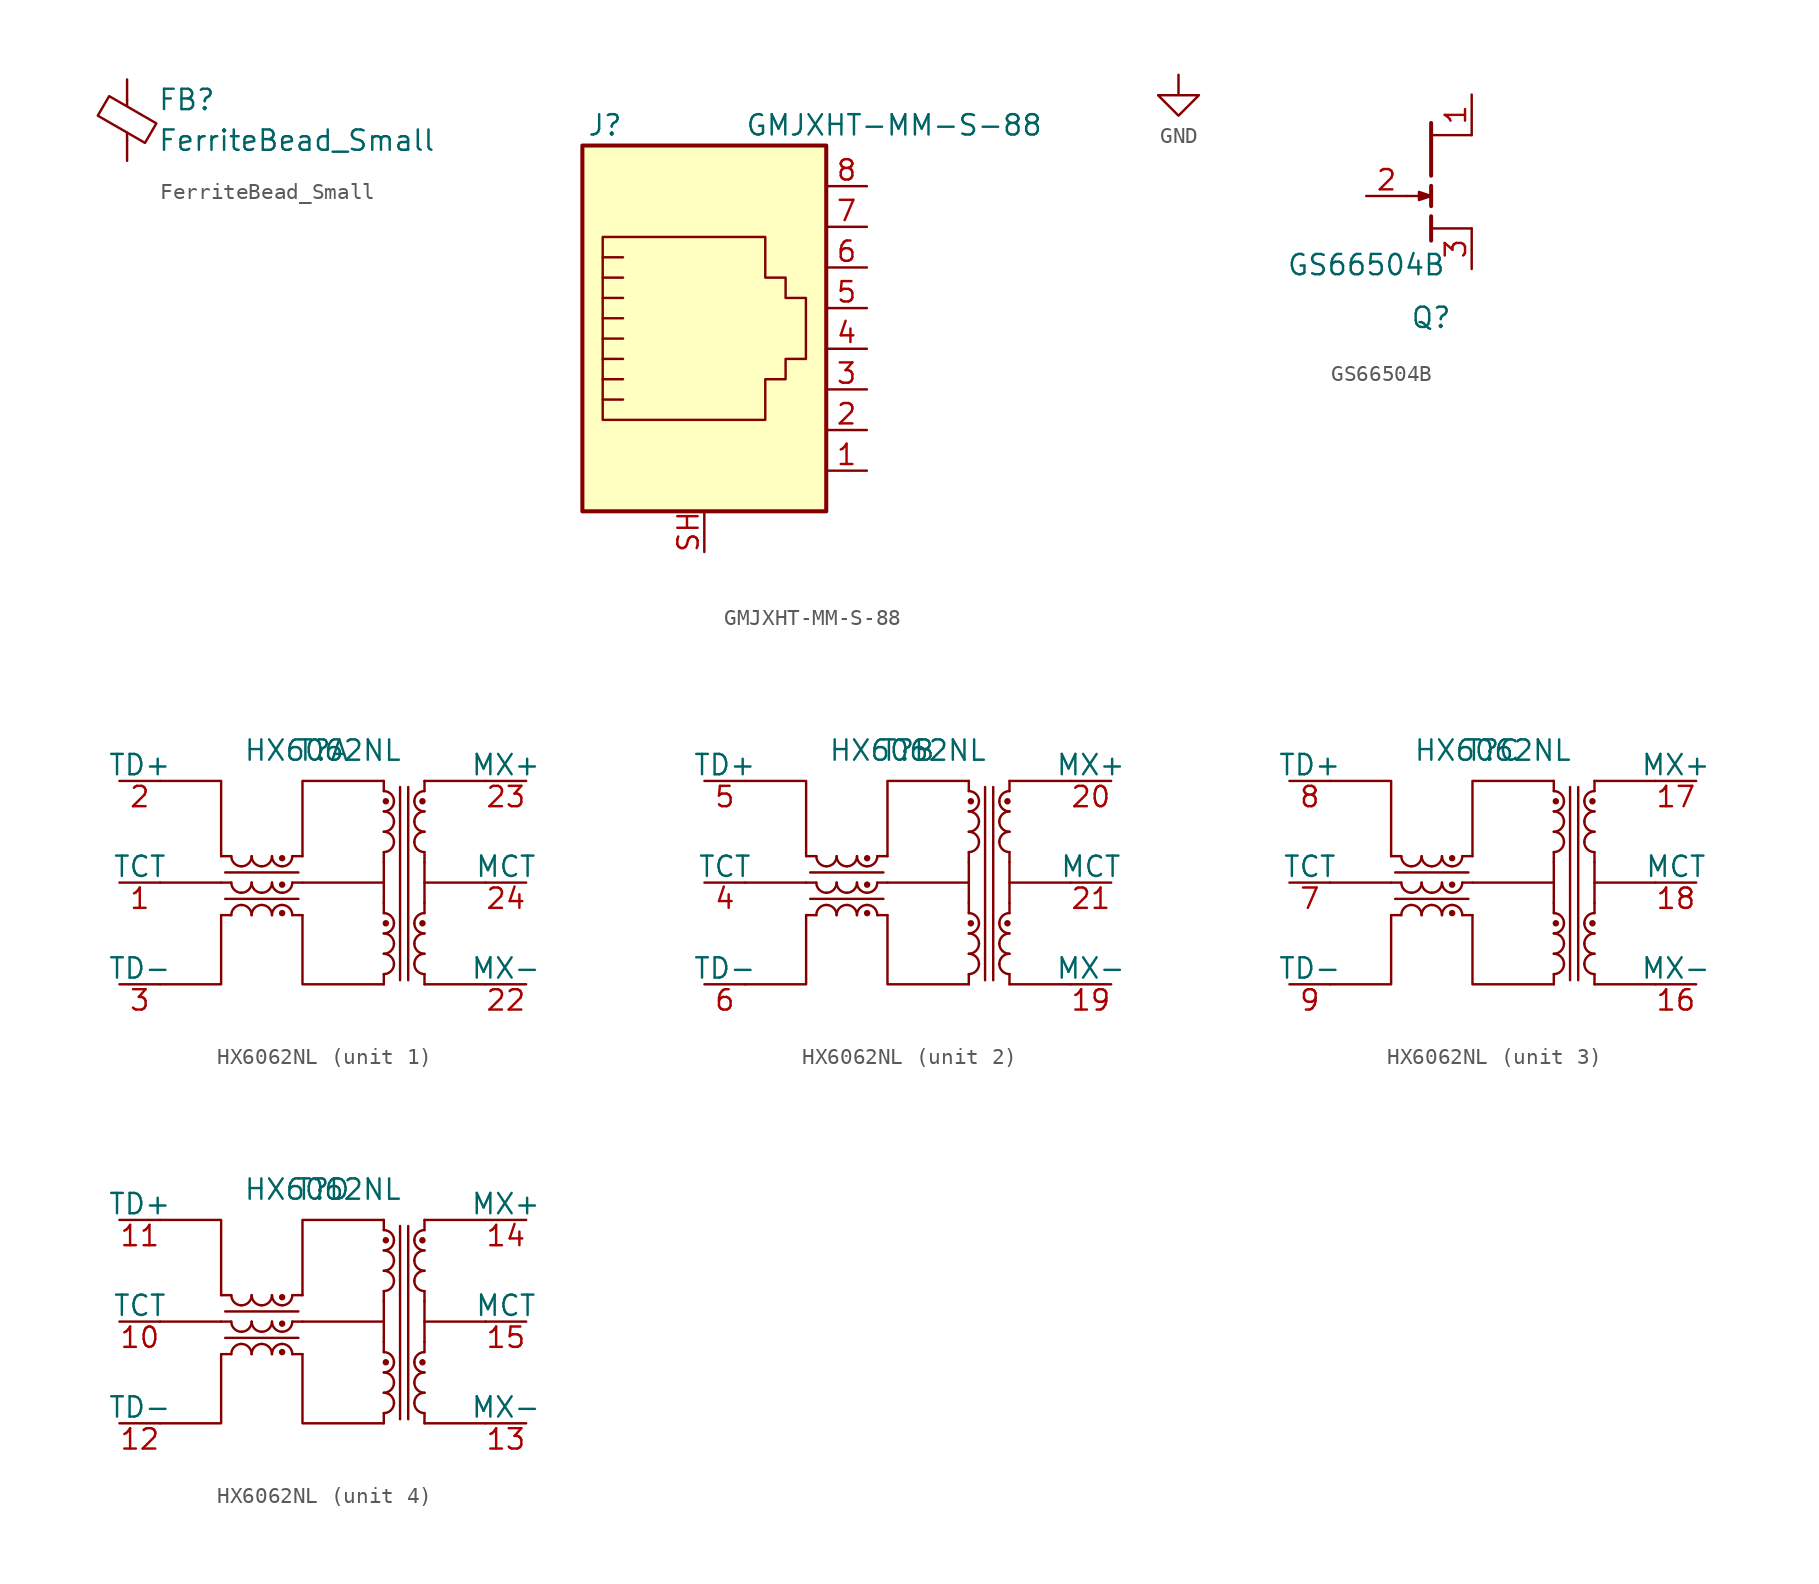
<source format=kicad_sym>
(kicad_symbol_lib
  (version 20201005)
  (generator kicad_symbol_editor)
  (symbol "proj_sym:FerriteBead_Small"
    (pin_numbers hide)
    (pin_names
      (offset 0))
    (property "Reference" "FB"
      (at 1.905 1.27 0)
      (effects (font (size 1.27 1.27)) (justify left)))
    (property "Value" "FerriteBead_Small"
      (at 1.905 -1.27 0)
      (effects (font (size 1.27 1.27)) (justify left)))
    (symbol "FerriteBead_Small_0_1"
      (polyline (pts (xy 0 -1.27) (xy 0 -0.787)) (stroke (width 0)) (fill (type none)))
      (polyline (pts (xy 0 0.889) (xy 0 1.295)) (stroke (width 0)) (fill (type none)))
      (polyline (pts (xy -1.829 0.279) (xy -1.118 1.499) (xy 1.829 -0.203) (xy 1.118 -1.422) (xy -1.829 0.279)) (stroke (width 0)) (fill (type none))))
    (symbol "FerriteBead_Small_1_1"
      (pin passive line (at 0 2.54 270) (length 1.27) (name "~" (effects (font (size 1.27 1.27)))) (number "1" (effects (font (size 1.27 1.27)))))
      (pin passive line (at 0 -2.54 90) (length 1.27) (name "~" (effects (font (size 1.27 1.27)))) (number "2" (effects (font (size 1.27 1.27)))))))
  (symbol "proj_sym:GMJXHT-MM-S-88"
    (pin_names
      (offset 1.016))
    (property "Reference" "J"
      (at -5.08 13.97 0)
      (effects (font (size 1.27 1.27)) (justify right)))
    (property "Value" "GMJXHT-MM-S-88"
      (at 2.54 13.97 0)
      (effects (font (size 1.27 1.27)) (justify left)))
    (symbol "GMJXHT-MM-S-88_0_1"
      (rectangle (start 7.62 12.7) (end -7.62 -10.16) (stroke (width 0.254)) (fill (type background)))
      (polyline (pts (xy -5.08 4.445) (xy -6.35 4.445)) (stroke (width 0)) (fill (type none)))
      (polyline (pts (xy -5.08 5.715) (xy -6.35 5.715)) (stroke (width 0)) (fill (type none)))
      (polyline (pts (xy -6.35 -3.175) (xy -5.08 -3.175) (xy -5.08 -3.175)) (stroke (width 0)) (fill (type none)))
      (polyline (pts (xy -6.35 -1.905) (xy -5.08 -1.905) (xy -5.08 -1.905)) (stroke (width 0)) (fill (type none)))
      (polyline (pts (xy -6.35 -0.635) (xy -5.08 -0.635) (xy -5.08 -0.635)) (stroke (width 0)) (fill (type none)))
      (polyline (pts (xy -6.35 0.635) (xy -5.08 0.635) (xy -5.08 0.635)) (stroke (width 0)) (fill (type none)))
      (polyline (pts (xy -6.35 1.905) (xy -5.08 1.905) (xy -5.08 1.905)) (stroke (width 0)) (fill (type none)))
      (polyline (pts (xy -5.08 3.175) (xy -6.35 3.175) (xy -6.35 3.175)) (stroke (width 0)) (fill (type none)))
      (polyline (pts (xy -6.35 -4.445) (xy -6.35 6.985) (xy 3.81 6.985) (xy 3.81 4.445) (xy 5.08 4.445) (xy 5.08 3.175) (xy 6.35 3.175) (xy 6.35 -0.635) (xy 5.08 -0.635) (xy 5.08 -1.905) (xy 3.81 -1.905) (xy 3.81 -4.445) (xy -6.35 -4.445) (xy -6.35 -4.445)) (stroke (width 0)) (fill (type none))))
    (symbol "GMJXHT-MM-S-88_1_1"
      (pin passive line (at 10.16 -7.62 180) (length 2.54) (name "~" (effects (font (size 1.27 1.27)))) (number "1" (effects (font (size 1.27 1.27)))))
      (pin passive line (at 10.16 -5.08 180) (length 2.54) (name "~" (effects (font (size 1.27 1.27)))) (number "2" (effects (font (size 1.27 1.27)))))
      (pin passive line (at 10.16 -2.54 180) (length 2.54) (name "~" (effects (font (size 1.27 1.27)))) (number "3" (effects (font (size 1.27 1.27)))))
      (pin passive line (at 10.16 0 180) (length 2.54) (name "~" (effects (font (size 1.27 1.27)))) (number "4" (effects (font (size 1.27 1.27)))))
      (pin passive line (at 10.16 2.54 180) (length 2.54) (name "~" (effects (font (size 1.27 1.27)))) (number "5" (effects (font (size 1.27 1.27)))))
      (pin passive line (at 10.16 5.08 180) (length 2.54) (name "~" (effects (font (size 1.27 1.27)))) (number "6" (effects (font (size 1.27 1.27)))))
      (pin passive line (at 10.16 7.62 180) (length 2.54) (name "~" (effects (font (size 1.27 1.27)))) (number "7" (effects (font (size 1.27 1.27)))))
      (pin passive line (at 10.16 10.16 180) (length 2.54) (name "~" (effects (font (size 1.27 1.27)))) (number "8" (effects (font (size 1.27 1.27)))))
      (pin passive line (at 0 -12.7 90) (length 2.54) (name "~" (effects (font (size 1.27 1.27)))) (number "SH" (effects (font (size 1.27 1.27)))))))
  (symbol "proj_sym:GND"
    (power)
    (pin_numbers hide)
    (pin_names
      (offset 0) hide)
    (property "Reference" "#PWR"
      (at 0 -6.35 0)
      (effects (font (size 1.27 1.27)) hide))
    (symbol "GND_0_1"
      (polyline (pts (xy 0 0) (xy 0 -1.27) (xy 1.27 -1.27) (xy 0 -2.54) (xy -1.27 -1.27) (xy 0 -1.27)) (stroke (width 0)) (fill (type none))))
    (symbol "GND_1_1"
      (pin power_in line (at 0 0 270) (length 0) hide (name "GND" (effects (font (size 1.27 1.27)))) (number "1" (effects (font (size 1.27 1.27)))))))
  (symbol "proj_sym:GS66504B"
    (pin_names
      (offset 0) hide)
    (property "Reference" "Q"
      (at 0 -7.62 0)
      (effects (font (size 1.27 1.27))))
    (property "Value" "GS66504B"
      (at -4.064 -4.318 0)
      (effects (font (size 1.27 1.27))))
    (symbol "GS66504B_0_1"
      (polyline (pts (xy 0 -2.032) (xy 2.54 -2.032)) (stroke (width 0.152)) (fill (type none)))
      (polyline (pts (xy 0 -1.27) (xy 0 -2.794)) (stroke (width 0.25)) (fill (type none)))
      (polyline (pts (xy 0 0) (xy -1.524 0)) (stroke (width 0.152)) (fill (type none)))
      (polyline (pts (xy 0 0.635) (xy 0 -0.635)) (stroke (width 0.25)) (fill (type none)))
      (polyline (pts (xy 0 1.27) (xy 0 4.572)) (stroke (width 0.25)) (fill (type none)))
      (polyline (pts (xy 0 3.81) (xy 2.54 3.81)) (stroke (width 0.152)) (fill (type none)))
      (polyline (pts (xy -0.762 0.254) (xy 0 0) (xy -0.762 -0.254) (xy -0.762 0.254)) (stroke (width 0.152)) (fill (type outline))))
    (symbol "GS66504B_1_1"
      (pin passive line (at 2.54 6.35 270) (length 2.54) (name "D" (effects (font (size 1.27 1.27)))) (number "1" (effects (font (size 1.27 1.27)))))
      (pin input line (at -4.064 0 0) (length 2.54) (name "G" (effects (font (size 1.27 1.27)))) (number "2" (effects (font (size 1.27 1.27)))))
      (pin passive line (at 2.54 -4.572 90) (length 2.54) (name "S" (effects (font (size 1.27 1.27)))) (number "3" (effects (font (size 1.27 1.27)))))))
  (symbol "proj_sym:HX6062NL"
    (pin_names
      (offset 0))
    (property "Reference" "T"
      (at 0 1.905 0)
      (effects (font (size 1.27 1.27))))
    (property "Value" "HX6062NL"
      (at 0 1.905 0)
      (effects (font (size 1.27 1.27))))
    (symbol "HX6062NL_0_1"
      (arc (start -4.445 -8.382) (end -5.08 -7.747) (radius (at -5.08 -8.382) (length 0.635) (angles 0 90)) (stroke (width 0.1524)) (fill (type none)))
      (arc (start -5.08 -7.747) (end -5.715 -8.382) (radius (at -5.08 -8.382) (length 0.635) (angles 90 180)) (stroke (width 0.1524)) (fill (type none)))
      (arc (start -5.715 -6.35) (end -5.08 -6.985) (radius (at -5.08 -6.35) (length 0.635) (angles 180 -90)) (stroke (width 0.1524)) (fill (type none)))
      (arc (start -5.08 -6.985) (end -4.445 -6.35) (radius (at -5.08 -6.35) (length 0.635) (angles -90 0)) (stroke (width 0.1524)) (fill (type none)))
      (arc (start -5.715 -4.699) (end -5.08 -5.334) (radius (at -5.08 -4.699) (length 0.635) (angles 180 -90)) (stroke (width 0.1524)) (fill (type none)))
      (arc (start -5.08 -5.334) (end -4.445 -4.699) (radius (at -5.08 -4.699) (length 0.635) (angles -90 0)) (stroke (width 0.1524)) (fill (type none)))
      (arc (start -3.175 -8.382) (end -3.81 -7.747) (radius (at -3.81 -8.382) (length 0.635) (angles 0 90)) (stroke (width 0.1524)) (fill (type none)))
      (arc (start -3.81 -7.747) (end -4.445 -8.382) (radius (at -3.81 -8.382) (length 0.635) (angles 90 180)) (stroke (width 0.1524)) (fill (type none)))
      (arc (start -4.445 -6.35) (end -3.81 -6.985) (radius (at -3.81 -6.35) (length 0.635) (angles 180 -90)) (stroke (width 0.1524)) (fill (type none)))
      (arc (start -3.81 -6.985) (end -3.175 -6.35) (radius (at -3.81 -6.35) (length 0.635) (angles -90 0)) (stroke (width 0.1524)) (fill (type none)))
      (arc (start -4.445 -4.699) (end -3.81 -5.334) (radius (at -3.81 -4.699) (length 0.635) (angles 180 -90)) (stroke (width 0.1524)) (fill (type none)))
      (arc (start -3.81 -5.334) (end -3.175 -4.699) (radius (at -3.81 -4.699) (length 0.635) (angles -90 0)) (stroke (width 0.1524)) (fill (type none)))
      (arc (start -1.905 -8.382) (end -2.54 -7.747) (radius (at -2.54 -8.382) (length 0.635) (angles 0 90)) (stroke (width 0.1524)) (fill (type none)))
      (arc (start -2.54 -7.747) (end -3.175 -8.382) (radius (at -2.54 -8.382) (length 0.635) (angles 90 180)) (stroke (width 0.1524)) (fill (type none)))
      (arc (start -3.175 -6.35) (end -2.54 -6.985) (radius (at -2.54 -6.35) (length 0.635) (angles 180 -90)) (stroke (width 0.1524)) (fill (type none)))
      (arc (start -2.54 -6.985) (end -1.905 -6.35) (radius (at -2.54 -6.35) (length 0.635) (angles -90 0)) (stroke (width 0.1524)) (fill (type none)))
      (arc (start -3.175 -4.699) (end -2.54 -5.334) (radius (at -2.54 -4.699) (length 0.635) (angles 180 -90)) (stroke (width 0.1524)) (fill (type none)))
      (arc (start -2.54 -5.334) (end -1.905 -4.699) (radius (at -2.54 -4.699) (length 0.635) (angles -90 0)) (stroke (width 0.1524)) (fill (type none)))
      (arc (start 4.445 -11.43) (end 3.81 -12.065) (radius (at 3.81 -11.43) (length 0.635) (angles 0 -90)) (stroke (width 0.1524)) (fill (type none)))
      (arc (start 3.81 -10.795) (end 4.445 -11.43) (radius (at 3.81 -11.43) (length 0.635) (angles 90 0)) (stroke (width 0.1524)) (fill (type none)))
      (arc (start 4.445 -10.16) (end 3.81 -10.795) (radius (at 3.81 -10.16) (length 0.635) (angles 0 -90)) (stroke (width 0.1524)) (fill (type none)))
      (arc (start 3.81 -9.525) (end 4.445 -10.16) (radius (at 3.81 -10.16) (length 0.635) (angles 90 0)) (stroke (width 0.1524)) (fill (type none)))
      (arc (start 4.445 -8.89) (end 3.81 -9.525) (radius (at 3.81 -8.89) (length 0.635) (angles 0 -90)) (stroke (width 0.1524)) (fill (type none)))
      (arc (start 3.81 -8.255) (end 4.445 -8.89) (radius (at 3.81 -8.89) (length 0.635) (angles 90 0)) (stroke (width 0.1524)) (fill (type none)))
      (arc (start 4.445 -3.81) (end 3.81 -4.445) (radius (at 3.81 -3.81) (length 0.635) (angles 0 -90)) (stroke (width 0.1524)) (fill (type none)))
      (arc (start 3.81 -3.175) (end 4.445 -3.81) (radius (at 3.81 -3.81) (length 0.635) (angles 90 0)) (stroke (width 0.1524)) (fill (type none)))
      (arc (start 4.445 -2.54) (end 3.81 -3.175) (radius (at 3.81 -2.54) (length 0.635) (angles 0 -90)) (stroke (width 0.1524)) (fill (type none)))
      (arc (start 3.81 -1.905) (end 4.445 -2.54) (radius (at 3.81 -2.54) (length 0.635) (angles 90 0)) (stroke (width 0.1524)) (fill (type none)))
      (arc (start 4.445 -1.27) (end 3.81 -1.905) (radius (at 3.81 -1.27) (length 0.635) (angles 0 -90)) (stroke (width 0.1524)) (fill (type none)))
      (arc (start 3.81 -0.635) (end 4.445 -1.27) (radius (at 3.81 -1.27) (length 0.635) (angles 90 0)) (stroke (width 0.1524)) (fill (type none)))
      (arc (start 5.715 -11.43) (end 6.35 -10.795) (radius (at 6.35 -11.43) (length 0.635) (angles 180 90)) (stroke (width 0.1524)) (fill (type none)))
      (arc (start 6.35 -12.065) (end 5.715 -11.43) (radius (at 6.35 -11.43) (length 0.635) (angles -90 180)) (stroke (width 0.1524)) (fill (type none)))
      (arc (start 5.715 -10.16) (end 6.35 -9.525) (radius (at 6.35 -10.16) (length 0.635) (angles 180 90)) (stroke (width 0.1524)) (fill (type none)))
      (arc (start 6.35 -10.795) (end 5.715 -10.16) (radius (at 6.35 -10.16) (length 0.635) (angles -90 180)) (stroke (width 0.1524)) (fill (type none)))
      (arc (start 5.715 -8.89) (end 6.35 -8.255) (radius (at 6.35 -8.89) (length 0.635) (angles 180 90)) (stroke (width 0.1524)) (fill (type none)))
      (arc (start 6.35 -9.525) (end 5.715 -8.89) (radius (at 6.35 -8.89) (length 0.635) (angles -90 180)) (stroke (width 0.1524)) (fill (type none)))
      (arc (start 5.715 -3.81) (end 6.35 -3.175) (radius (at 6.35 -3.81) (length 0.635) (angles 180 90)) (stroke (width 0.1524)) (fill (type none)))
      (arc (start 6.35 -4.445) (end 5.715 -3.81) (radius (at 6.35 -3.81) (length 0.635) (angles -90 180)) (stroke (width 0.1524)) (fill (type none)))
      (arc (start 5.715 -2.54) (end 6.35 -1.905) (radius (at 6.35 -2.54) (length 0.635) (angles 180 90)) (stroke (width 0.1524)) (fill (type none)))
      (arc (start 6.35 -3.175) (end 5.715 -2.54) (radius (at 6.35 -2.54) (length 0.635) (angles -90 180)) (stroke (width 0.1524)) (fill (type none)))
      (arc (start 5.715 -1.27) (end 6.35 -0.635) (radius (at 6.35 -1.27) (length 0.635) (angles 180 90)) (stroke (width 0.1524)) (fill (type none)))
      (arc (start 6.35 -1.905) (end 5.715 -1.27) (radius (at 6.35 -1.27) (length 0.635) (angles -90 180)) (stroke (width 0.1524)) (fill (type none)))
      (circle (center -2.54 -8.255) (radius 0.127) (stroke (width 0.152)) (fill (type outline)))
      (circle (center -2.54 -6.477) (radius 0.127) (stroke (width 0.152)) (fill (type outline)))
      (circle (center -2.54 -4.826) (radius 0.127) (stroke (width 0.152)) (fill (type outline)))
      (circle (center 3.937 -8.89) (radius 0.127) (stroke (width 0.152)) (fill (type outline)))
      (circle (center 3.937 -1.27) (radius 0.127) (stroke (width 0.152)) (fill (type outline)))
      (circle (center 6.223 -8.89) (radius 0.127) (stroke (width 0.152)) (fill (type outline)))
      (circle (center 6.223 -1.27) (radius 0.127) (stroke (width 0.152)) (fill (type outline)))
      (polyline (pts (xy -6.35 -8.382) (xy -5.715 -8.382)) (stroke (width 0.152)) (fill (type none)))
      (polyline (pts (xy -6.35 -6.35) (xy -10.16 -6.35)) (stroke (width 0.152)) (fill (type none)))
      (polyline (pts (xy -6.35 -6.35) (xy -5.715 -6.35)) (stroke (width 0.152)) (fill (type none)))
      (polyline (pts (xy -6.35 -4.699) (xy -5.715 -4.699)) (stroke (width 0.152)) (fill (type none)))
      (polyline (pts (xy -6.096 -7.366) (xy -1.524 -7.366)) (stroke (width 0.152)) (fill (type none)))
      (polyline (pts (xy -6.096 -5.715) (xy -1.524 -5.715)) (stroke (width 0.152)) (fill (type none)))
      (polyline (pts (xy -1.905 -8.382) (xy -1.27 -8.382)) (stroke (width 0.152)) (fill (type none)))
      (polyline (pts (xy -1.905 -6.35) (xy -1.27 -6.35)) (stroke (width 0.152)) (fill (type none)))
      (polyline (pts (xy -1.905 -4.699) (xy -1.27 -4.699)) (stroke (width 0.152)) (fill (type none)))
      (polyline (pts (xy -1.27 -6.35) (xy 3.81 -6.35)) (stroke (width 0.152)) (fill (type none)))
      (polyline (pts (xy 3.81 -12.065) (xy 3.81 -12.7)) (stroke (width 0.152)) (fill (type none)))
      (polyline (pts (xy 3.81 -8.255) (xy 3.81 -7.62)) (stroke (width 0.152)) (fill (type none)))
      (polyline (pts (xy 3.81 -5.08) (xy 3.81 -7.62)) (stroke (width 0.152)) (fill (type none)))
      (polyline (pts (xy 3.81 -4.445) (xy 3.81 -5.08)) (stroke (width 0.152)) (fill (type none)))
      (polyline (pts (xy 3.81 -0.635) (xy 3.81 0)) (stroke (width 0.152)) (fill (type none)))
      (polyline (pts (xy 4.826 -0.381) (xy 4.826 -12.446)) (stroke (width 0.152)) (fill (type none)))
      (polyline (pts (xy 5.334 -0.381) (xy 5.334 -12.446)) (stroke (width 0.152)) (fill (type none)))
      (polyline (pts (xy 6.35 -12.7) (xy 10.16 -12.7)) (stroke (width 0.152)) (fill (type none)))
      (polyline (pts (xy 6.35 -12.065) (xy 6.35 -12.7)) (stroke (width 0.152)) (fill (type none)))
      (polyline (pts (xy 6.35 -7.62) (xy 6.35 -8.255)) (stroke (width 0.152)) (fill (type none)))
      (polyline (pts (xy 6.35 -6.35) (xy 10.16 -6.35)) (stroke (width 0.152)) (fill (type none)))
      (polyline (pts (xy 6.35 -5.08) (xy 6.35 -7.62)) (stroke (width 0.152)) (fill (type none)))
      (polyline (pts (xy 6.35 -4.445) (xy 6.35 -5.08)) (stroke (width 0.152)) (fill (type none)))
      (polyline (pts (xy 6.35 0) (xy 6.35 -0.635)) (stroke (width 0.152)) (fill (type none)))
      (polyline (pts (xy 6.35 0) (xy 10.16 0)) (stroke (width 0.152)) (fill (type none)))
      (polyline (pts (xy -6.35 -8.382) (xy -6.35 -12.7) (xy -10.16 -12.7)) (stroke (width 0.152)) (fill (type none)))
      (polyline (pts (xy -6.35 -4.699) (xy -6.35 0) (xy -10.16 0)) (stroke (width 0.152)) (fill (type none)))
      (polyline (pts (xy -1.27 -4.699) (xy -1.27 0) (xy 3.81 0)) (stroke (width 0.152)) (fill (type none)))
      (polyline (pts (xy 3.81 -12.7) (xy -1.27 -12.7) (xy -1.27 -8.382)) (stroke (width 0.152)) (fill (type none))))
    (symbol "HX6062NL_1_0"
      (pin passive line (at -12.7 -6.35 0) (length 2.54) (name "TCT" (effects (font (size 1.27 1.27)))) (number "1" (effects (font (size 1.27 1.27)))))
      (pin passive line (at -12.7 0 0) (length 2.54) (name "TD+" (effects (font (size 1.27 1.27)))) (number "2" (effects (font (size 1.27 1.27)))))
      (pin passive line (at 12.7 -12.7 180) (length 2.54) (name "MX-" (effects (font (size 1.27 1.27)))) (number "22" (effects (font (size 1.27 1.27)))))
      (pin passive line (at 12.7 0 180) (length 2.54) (name "MX+" (effects (font (size 1.27 1.27)))) (number "23" (effects (font (size 1.27 1.27)))))
      (pin passive line (at 12.7 -6.35 180) (length 2.54) (name "MCT" (effects (font (size 1.27 1.27)))) (number "24" (effects (font (size 1.27 1.27)))))
      (pin passive line (at -12.7 -12.7 0) (length 2.54) (name "TD-" (effects (font (size 1.27 1.27)))) (number "3" (effects (font (size 1.27 1.27))))))
    (symbol "HX6062NL_2_0"
      (pin passive line (at 12.7 -12.7 180) (length 2.54) (name "MX-" (effects (font (size 1.27 1.27)))) (number "19" (effects (font (size 1.27 1.27)))))
      (pin passive line (at 12.7 0 180) (length 2.54) (name "MX+" (effects (font (size 1.27 1.27)))) (number "20" (effects (font (size 1.27 1.27)))))
      (pin passive line (at 12.7 -6.35 180) (length 2.54) (name "MCT" (effects (font (size 1.27 1.27)))) (number "21" (effects (font (size 1.27 1.27)))))
      (pin passive line (at -12.7 -6.35 0) (length 2.54) (name "TCT" (effects (font (size 1.27 1.27)))) (number "4" (effects (font (size 1.27 1.27)))))
      (pin passive line (at -12.7 0 0) (length 2.54) (name "TD+" (effects (font (size 1.27 1.27)))) (number "5" (effects (font (size 1.27 1.27)))))
      (pin passive line (at -12.7 -12.7 0) (length 2.54) (name "TD-" (effects (font (size 1.27 1.27)))) (number "6" (effects (font (size 1.27 1.27))))))
    (symbol "HX6062NL_3_0"
      (pin passive line (at 12.7 -12.7 180) (length 2.54) (name "MX-" (effects (font (size 1.27 1.27)))) (number "16" (effects (font (size 1.27 1.27)))))
      (pin passive line (at 12.7 0 180) (length 2.54) (name "MX+" (effects (font (size 1.27 1.27)))) (number "17" (effects (font (size 1.27 1.27)))))
      (pin passive line (at 12.7 -6.35 180) (length 2.54) (name "MCT" (effects (font (size 1.27 1.27)))) (number "18" (effects (font (size 1.27 1.27)))))
      (pin passive line (at -12.7 -6.35 0) (length 2.54) (name "TCT" (effects (font (size 1.27 1.27)))) (number "7" (effects (font (size 1.27 1.27)))))
      (pin passive line (at -12.7 0 0) (length 2.54) (name "TD+" (effects (font (size 1.27 1.27)))) (number "8" (effects (font (size 1.27 1.27)))))
      (pin passive line (at -12.7 -12.7 0) (length 2.54) (name "TD-" (effects (font (size 1.27 1.27)))) (number "9" (effects (font (size 1.27 1.27))))))
    (symbol "HX6062NL_4_0"
      (pin passive line (at -12.7 -6.35 0) (length 2.54) (name "TCT" (effects (font (size 1.27 1.27)))) (number "10" (effects (font (size 1.27 1.27)))))
      (pin passive line (at -12.7 0 0) (length 2.54) (name "TD+" (effects (font (size 1.27 1.27)))) (number "11" (effects (font (size 1.27 1.27)))))
      (pin passive line (at -12.7 -12.7 0) (length 2.54) (name "TD-" (effects (font (size 1.27 1.27)))) (number "12" (effects (font (size 1.27 1.27)))))
      (pin passive line (at 12.7 -12.7 180) (length 2.54) (name "MX-" (effects (font (size 1.27 1.27)))) (number "13" (effects (font (size 1.27 1.27)))))
      (pin passive line (at 12.7 0 180) (length 2.54) (name "MX+" (effects (font (size 1.27 1.27)))) (number "14" (effects (font (size 1.27 1.27)))))
      (pin passive line (at 12.7 -6.35 180) (length 2.54) (name "MCT" (effects (font (size 1.27 1.27)))) (number "15" (effects (font (size 1.27 1.27))))))))
</source>
